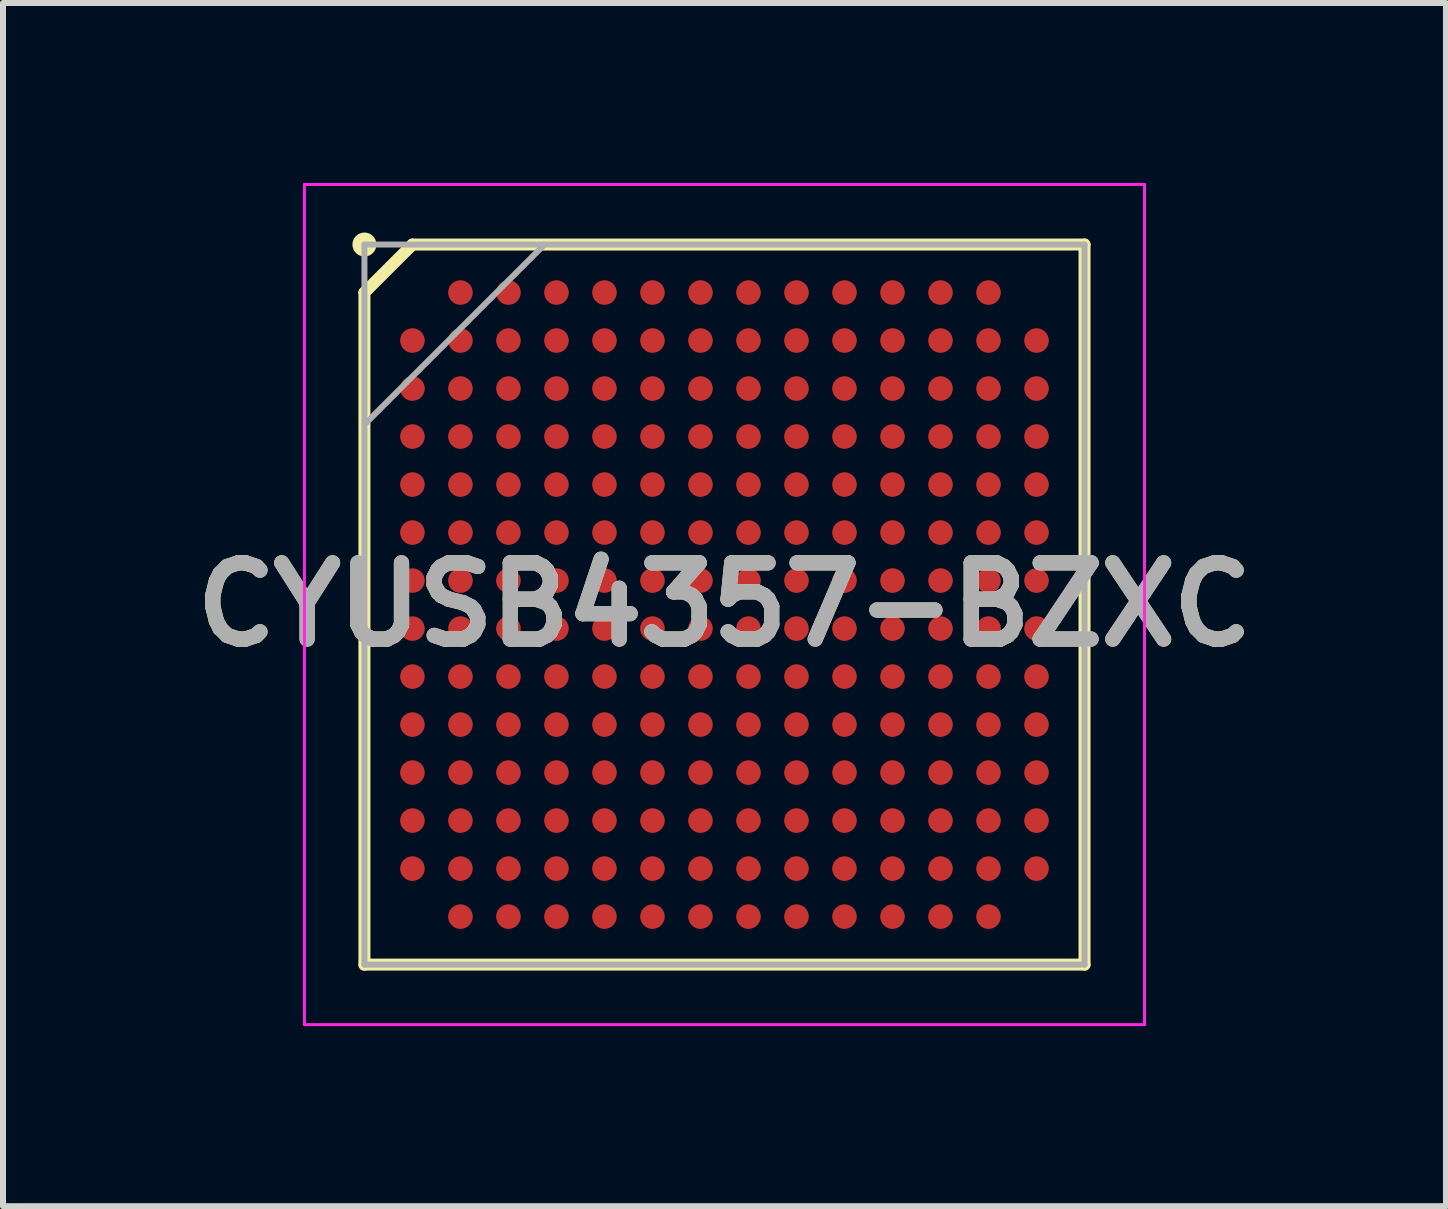
<source format=kicad_pcb>
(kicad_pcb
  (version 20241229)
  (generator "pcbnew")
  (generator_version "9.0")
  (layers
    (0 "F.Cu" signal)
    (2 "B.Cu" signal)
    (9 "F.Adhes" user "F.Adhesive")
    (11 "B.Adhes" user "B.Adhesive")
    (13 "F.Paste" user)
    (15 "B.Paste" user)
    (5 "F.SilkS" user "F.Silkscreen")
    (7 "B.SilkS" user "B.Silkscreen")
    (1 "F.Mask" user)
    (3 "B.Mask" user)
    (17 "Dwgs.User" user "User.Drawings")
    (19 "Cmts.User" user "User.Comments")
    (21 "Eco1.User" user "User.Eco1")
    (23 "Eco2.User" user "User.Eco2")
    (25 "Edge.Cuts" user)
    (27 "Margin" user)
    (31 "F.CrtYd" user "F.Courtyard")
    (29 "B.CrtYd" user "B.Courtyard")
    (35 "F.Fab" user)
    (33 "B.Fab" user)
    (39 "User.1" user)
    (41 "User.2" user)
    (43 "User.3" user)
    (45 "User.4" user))
  (footprint "CYUSB4357-BZXC"
    (layer "F.Cu")
    (at 9.023 7.025)
    (property "Reference" "CYUSB4357-BZXC" (at 0 0 0) (layer "F.SilkS") (effects (font (size 1.27 1.27) (thickness 0.254))))
    (attr smd)
    (fp_line (start -6 -5.2) (end -5.2 -6) (stroke (width 0.2) (type solid)) (layer "F.SilkS"))
    (fp_line (start -6 6) (end -6 -5.2) (stroke (width 0.2) (type solid)) (layer "F.SilkS"))
    (fp_line (start -5.2 -6) (end 6 -6) (stroke (width 0.2) (type solid)) (layer "F.SilkS"))
    (fp_line (start 6 -6) (end 6 6) (stroke (width 0.2) (type solid)) (layer "F.SilkS"))
    (fp_line (start 6 6) (end -6 6) (stroke (width 0.2) (type solid)) (layer "F.SilkS"))
    (fp_circle (center -6 -6) (end -6 -5.9) (stroke (width 0.2) (type solid)) (fill no) (layer "F.SilkS"))
    (fp_line (start -7 -7) (end 7 -7) (stroke (width 0.05) (type solid)) (layer "F.CrtYd"))
    (fp_line (start -7 7) (end -7 -7) (stroke (width 0.05) (type solid)) (layer "F.CrtYd"))
    (fp_line (start 7 -7) (end 7 7) (stroke (width 0.05) (type solid)) (layer "F.CrtYd"))
    (fp_line (start 7 7) (end -7 7) (stroke (width 0.05) (type solid)) (layer "F.CrtYd"))
    (fp_line (start -6 -6) (end 6 -6) (stroke (width 0.1) (type solid)) (layer "F.Fab"))
    (fp_line (start -6 -3) (end -3 -6) (stroke (width 0.1) (type solid)) (layer "F.Fab"))
    (fp_line (start -6 6) (end -6 -6) (stroke (width 0.1) (type solid)) (layer "F.Fab"))
    (fp_line (start 6 -6) (end 6 6) (stroke (width 0.1) (type solid)) (layer "F.Fab"))
    (fp_line (start 6 6) (end -6 6) (stroke (width 0.1) (type solid)) (layer "F.Fab"))
    (fp_text user "${REFERENCE}" (at 0 0 0) (layer "F.Fab") (effects (font (size 1.27 1.27) (thickness 0.254))))
    (pad "A2" smd circle (at -4.4 -5.2 90) (size 0.41 0.41) (layers "F.Cu" "F.Mask" "F.Paste"))
    (pad "A3" smd circle (at -3.6 -5.2 90) (size 0.41 0.41) (layers "F.Cu" "F.Mask" "F.Paste"))
    (pad "A4" smd circle (at -2.8 -5.2 90) (size 0.41 0.41) (layers "F.Cu" "F.Mask" "F.Paste"))
    (pad "A5" smd circle (at -2 -5.2 90) (size 0.41 0.41) (layers "F.Cu" "F.Mask" "F.Paste"))
    (pad "A6" smd circle (at -1.2 -5.2 90) (size 0.41 0.41) (layers "F.Cu" "F.Mask" "F.Paste"))
    (pad "A7" smd circle (at -0.4 -5.2 90) (size 0.41 0.41) (layers "F.Cu" "F.Mask" "F.Paste"))
    (pad "A8" smd circle (at 0.4 -5.2 90) (size 0.41 0.41) (layers "F.Cu" "F.Mask" "F.Paste"))
    (pad "A9" smd circle (at 1.2 -5.2 90) (size 0.41 0.41) (layers "F.Cu" "F.Mask" "F.Paste"))
    (pad "A10" smd circle (at 2 -5.2 90) (size 0.41 0.41) (layers "F.Cu" "F.Mask" "F.Paste"))
    (pad "A11" smd circle (at 2.8 -5.2 90) (size 0.41 0.41) (layers "F.Cu" "F.Mask" "F.Paste"))
    (pad "A12" smd circle (at 3.6 -5.2 90) (size 0.41 0.41) (layers "F.Cu" "F.Mask" "F.Paste"))
    (pad "A13" smd circle (at 4.4 -5.2 90) (size 0.41 0.41) (layers "F.Cu" "F.Mask" "F.Paste"))
    (pad "B1" smd circle (at -5.2 -4.4 90) (size 0.41 0.41) (layers "F.Cu" "F.Mask" "F.Paste"))
    (pad "B2" smd circle (at -4.4 -4.4 90) (size 0.41 0.41) (layers "F.Cu" "F.Mask" "F.Paste"))
    (pad "B3" smd circle (at -3.6 -4.4 90) (size 0.41 0.41) (layers "F.Cu" "F.Mask" "F.Paste"))
    (pad "B4" smd circle (at -2.8 -4.4 90) (size 0.41 0.41) (layers "F.Cu" "F.Mask" "F.Paste"))
    (pad "B5" smd circle (at -2 -4.4 90) (size 0.41 0.41) (layers "F.Cu" "F.Mask" "F.Paste"))
    (pad "B6" smd circle (at -1.2 -4.4 90) (size 0.41 0.41) (layers "F.Cu" "F.Mask" "F.Paste"))
    (pad "B7" smd circle (at -0.4 -4.4 90) (size 0.41 0.41) (layers "F.Cu" "F.Mask" "F.Paste"))
    (pad "B8" smd circle (at 0.4 -4.4 90) (size 0.41 0.41) (layers "F.Cu" "F.Mask" "F.Paste"))
    (pad "B9" smd circle (at 1.2 -4.4 90) (size 0.41 0.41) (layers "F.Cu" "F.Mask" "F.Paste"))
    (pad "B10" smd circle (at 2 -4.4 90) (size 0.41 0.41) (layers "F.Cu" "F.Mask" "F.Paste"))
    (pad "B11" smd circle (at 2.8 -4.4 90) (size 0.41 0.41) (layers "F.Cu" "F.Mask" "F.Paste"))
    (pad "B12" smd circle (at 3.6 -4.4 90) (size 0.41 0.41) (layers "F.Cu" "F.Mask" "F.Paste"))
    (pad "B13" smd circle (at 4.4 -4.4 90) (size 0.41 0.41) (layers "F.Cu" "F.Mask" "F.Paste"))
    (pad "B14" smd circle (at 5.2 -4.4 90) (size 0.41 0.41) (layers "F.Cu" "F.Mask" "F.Paste"))
    (pad "C1" smd circle (at -5.2 -3.6 90) (size 0.41 0.41) (layers "F.Cu" "F.Mask" "F.Paste"))
    (pad "C2" smd circle (at -4.4 -3.6 90) (size 0.41 0.41) (layers "F.Cu" "F.Mask" "F.Paste"))
    (pad "C3" smd circle (at -3.6 -3.6 90) (size 0.41 0.41) (layers "F.Cu" "F.Mask" "F.Paste"))
    (pad "C4" smd circle (at -2.8 -3.6 90) (size 0.41 0.41) (layers "F.Cu" "F.Mask" "F.Paste"))
    (pad "C5" smd circle (at -2 -3.6 90) (size 0.41 0.41) (layers "F.Cu" "F.Mask" "F.Paste"))
    (pad "C6" smd circle (at -1.2 -3.6 90) (size 0.41 0.41) (layers "F.Cu" "F.Mask" "F.Paste"))
    (pad "C7" smd circle (at -0.4 -3.6 90) (size 0.41 0.41) (layers "F.Cu" "F.Mask" "F.Paste"))
    (pad "C8" smd circle (at 0.4 -3.6 90) (size 0.41 0.41) (layers "F.Cu" "F.Mask" "F.Paste"))
    (pad "C9" smd circle (at 1.2 -3.6 90) (size 0.41 0.41) (layers "F.Cu" "F.Mask" "F.Paste"))
    (pad "C10" smd circle (at 2 -3.6 90) (size 0.41 0.41) (layers "F.Cu" "F.Mask" "F.Paste"))
    (pad "C11" smd circle (at 2.8 -3.6 90) (size 0.41 0.41) (layers "F.Cu" "F.Mask" "F.Paste"))
    (pad "C12" smd circle (at 3.6 -3.6 90) (size 0.41 0.41) (layers "F.Cu" "F.Mask" "F.Paste"))
    (pad "C13" smd circle (at 4.4 -3.6 90) (size 0.41 0.41) (layers "F.Cu" "F.Mask" "F.Paste"))
    (pad "C14" smd circle (at 5.2 -3.6 90) (size 0.41 0.41) (layers "F.Cu" "F.Mask" "F.Paste"))
    (pad "D1" smd circle (at -5.2 -2.8 90) (size 0.41 0.41) (layers "F.Cu" "F.Mask" "F.Paste"))
    (pad "D2" smd circle (at -4.4 -2.8 90) (size 0.41 0.41) (layers "F.Cu" "F.Mask" "F.Paste"))
    (pad "D3" smd circle (at -3.6 -2.8 90) (size 0.41 0.41) (layers "F.Cu" "F.Mask" "F.Paste"))
    (pad "D4" smd circle (at -2.8 -2.8 90) (size 0.41 0.41) (layers "F.Cu" "F.Mask" "F.Paste"))
    (pad "D5" smd circle (at -2 -2.8 90) (size 0.41 0.41) (layers "F.Cu" "F.Mask" "F.Paste"))
    (pad "D6" smd circle (at -1.2 -2.8 90) (size 0.41 0.41) (layers "F.Cu" "F.Mask" "F.Paste"))
    (pad "D7" smd circle (at -0.4 -2.8 90) (size 0.41 0.41) (layers "F.Cu" "F.Mask" "F.Paste"))
    (pad "D8" smd circle (at 0.4 -2.8 90) (size 0.41 0.41) (layers "F.Cu" "F.Mask" "F.Paste"))
    (pad "D9" smd circle (at 1.2 -2.8 90) (size 0.41 0.41) (layers "F.Cu" "F.Mask" "F.Paste"))
    (pad "D10" smd circle (at 2 -2.8 90) (size 0.41 0.41) (layers "F.Cu" "F.Mask" "F.Paste"))
    (pad "D11" smd circle (at 2.8 -2.8 90) (size 0.41 0.41) (layers "F.Cu" "F.Mask" "F.Paste"))
    (pad "D12" smd circle (at 3.6 -2.8 90) (size 0.41 0.41) (layers "F.Cu" "F.Mask" "F.Paste"))
    (pad "D13" smd circle (at 4.4 -2.8 90) (size 0.41 0.41) (layers "F.Cu" "F.Mask" "F.Paste"))
    (pad "D14" smd circle (at 5.2 -2.8 90) (size 0.41 0.41) (layers "F.Cu" "F.Mask" "F.Paste"))
    (pad "E1" smd circle (at -5.2 -2 90) (size 0.41 0.41) (layers "F.Cu" "F.Mask" "F.Paste"))
    (pad "E2" smd circle (at -4.4 -2 90) (size 0.41 0.41) (layers "F.Cu" "F.Mask" "F.Paste"))
    (pad "E3" smd circle (at -3.6 -2 90) (size 0.41 0.41) (layers "F.Cu" "F.Mask" "F.Paste"))
    (pad "E4" smd circle (at -2.8 -2 90) (size 0.41 0.41) (layers "F.Cu" "F.Mask" "F.Paste"))
    (pad "E5" smd circle (at -2 -2 90) (size 0.41 0.41) (layers "F.Cu" "F.Mask" "F.Paste"))
    (pad "E6" smd circle (at -1.2 -2 90) (size 0.41 0.41) (layers "F.Cu" "F.Mask" "F.Paste"))
    (pad "E7" smd circle (at -0.4 -2 90) (size 0.41 0.41) (layers "F.Cu" "F.Mask" "F.Paste"))
    (pad "E8" smd circle (at 0.4 -2 90) (size 0.41 0.41) (layers "F.Cu" "F.Mask" "F.Paste"))
    (pad "E9" smd circle (at 1.2 -2 90) (size 0.41 0.41) (layers "F.Cu" "F.Mask" "F.Paste"))
    (pad "E10" smd circle (at 2 -2 90) (size 0.41 0.41) (layers "F.Cu" "F.Mask" "F.Paste"))
    (pad "E11" smd circle (at 2.8 -2 90) (size 0.41 0.41) (layers "F.Cu" "F.Mask" "F.Paste"))
    (pad "E12" smd circle (at 3.6 -2 90) (size 0.41 0.41) (layers "F.Cu" "F.Mask" "F.Paste"))
    (pad "E13" smd circle (at 4.4 -2 90) (size 0.41 0.41) (layers "F.Cu" "F.Mask" "F.Paste"))
    (pad "E14" smd circle (at 5.2 -2 90) (size 0.41 0.41) (layers "F.Cu" "F.Mask" "F.Paste"))
    (pad "F1" smd circle (at -5.2 -1.2 90) (size 0.41 0.41) (layers "F.Cu" "F.Mask" "F.Paste"))
    (pad "F2" smd circle (at -4.4 -1.2 90) (size 0.41 0.41) (layers "F.Cu" "F.Mask" "F.Paste"))
    (pad "F3" smd circle (at -3.6 -1.2 90) (size 0.41 0.41) (layers "F.Cu" "F.Mask" "F.Paste"))
    (pad "F4" smd circle (at -2.8 -1.2 90) (size 0.41 0.41) (layers "F.Cu" "F.Mask" "F.Paste"))
    (pad "F5" smd circle (at -2 -1.2 90) (size 0.41 0.41) (layers "F.Cu" "F.Mask" "F.Paste"))
    (pad "F6" smd circle (at -1.2 -1.2 90) (size 0.41 0.41) (layers "F.Cu" "F.Mask" "F.Paste"))
    (pad "F7" smd circle (at -0.4 -1.2 90) (size 0.41 0.41) (layers "F.Cu" "F.Mask" "F.Paste"))
    (pad "F8" smd circle (at 0.4 -1.2 90) (size 0.41 0.41) (layers "F.Cu" "F.Mask" "F.Paste"))
    (pad "F9" smd circle (at 1.2 -1.2 90) (size 0.41 0.41) (layers "F.Cu" "F.Mask" "F.Paste"))
    (pad "F10" smd circle (at 2 -1.2 90) (size 0.41 0.41) (layers "F.Cu" "F.Mask" "F.Paste"))
    (pad "F11" smd circle (at 2.8 -1.2 90) (size 0.41 0.41) (layers "F.Cu" "F.Mask" "F.Paste"))
    (pad "F12" smd circle (at 3.6 -1.2 90) (size 0.41 0.41) (layers "F.Cu" "F.Mask" "F.Paste"))
    (pad "F13" smd circle (at 4.4 -1.2 90) (size 0.41 0.41) (layers "F.Cu" "F.Mask" "F.Paste"))
    (pad "F14" smd circle (at 5.2 -1.2 90) (size 0.41 0.41) (layers "F.Cu" "F.Mask" "F.Paste"))
    (pad "G1" smd circle (at -5.2 -0.4 90) (size 0.41 0.41) (layers "F.Cu" "F.Mask" "F.Paste"))
    (pad "G2" smd circle (at -4.4 -0.4 90) (size 0.41 0.41) (layers "F.Cu" "F.Mask" "F.Paste"))
    (pad "G3" smd circle (at -3.6 -0.4 90) (size 0.41 0.41) (layers "F.Cu" "F.Mask" "F.Paste"))
    (pad "G4" smd circle (at -2.8 -0.4 90) (size 0.41 0.41) (layers "F.Cu" "F.Mask" "F.Paste"))
    (pad "G5" smd circle (at -2 -0.4 90) (size 0.41 0.41) (layers "F.Cu" "F.Mask" "F.Paste"))
    (pad "G6" smd circle (at -1.2 -0.4 90) (size 0.41 0.41) (layers "F.Cu" "F.Mask" "F.Paste"))
    (pad "G7" smd circle (at -0.4 -0.4 90) (size 0.41 0.41) (layers "F.Cu" "F.Mask" "F.Paste"))
    (pad "G8" smd circle (at 0.4 -0.4 90) (size 0.41 0.41) (layers "F.Cu" "F.Mask" "F.Paste"))
    (pad "G9" smd circle (at 1.2 -0.4 90) (size 0.41 0.41) (layers "F.Cu" "F.Mask" "F.Paste"))
    (pad "G10" smd circle (at 2 -0.4 90) (size 0.41 0.41) (layers "F.Cu" "F.Mask" "F.Paste"))
    (pad "G11" smd circle (at 2.8 -0.4 90) (size 0.41 0.41) (layers "F.Cu" "F.Mask" "F.Paste"))
    (pad "G12" smd circle (at 3.6 -0.4 90) (size 0.41 0.41) (layers "F.Cu" "F.Mask" "F.Paste"))
    (pad "G13" smd circle (at 4.4 -0.4 90) (size 0.41 0.41) (layers "F.Cu" "F.Mask" "F.Paste"))
    (pad "G14" smd circle (at 5.2 -0.4 90) (size 0.41 0.41) (layers "F.Cu" "F.Mask" "F.Paste"))
    (pad "H1" smd circle (at -5.2 0.4 90) (size 0.41 0.41) (layers "F.Cu" "F.Mask" "F.Paste"))
    (pad "H2" smd circle (at -4.4 0.4 90) (size 0.41 0.41) (layers "F.Cu" "F.Mask" "F.Paste"))
    (pad "H3" smd circle (at -3.6 0.4 90) (size 0.41 0.41) (layers "F.Cu" "F.Mask" "F.Paste"))
    (pad "H4" smd circle (at -2.8 0.4 90) (size 0.41 0.41) (layers "F.Cu" "F.Mask" "F.Paste"))
    (pad "H5" smd circle (at -2 0.4 90) (size 0.41 0.41) (layers "F.Cu" "F.Mask" "F.Paste"))
    (pad "H6" smd circle (at -1.2 0.4 90) (size 0.41 0.41) (layers "F.Cu" "F.Mask" "F.Paste"))
    (pad "H7" smd circle (at -0.4 0.4 90) (size 0.41 0.41) (layers "F.Cu" "F.Mask" "F.Paste"))
    (pad "H8" smd circle (at 0.4 0.4 90) (size 0.41 0.41) (layers "F.Cu" "F.Mask" "F.Paste"))
    (pad "H9" smd circle (at 1.2 0.4 90) (size 0.41 0.41) (layers "F.Cu" "F.Mask" "F.Paste"))
    (pad "H10" smd circle (at 2 0.4 90) (size 0.41 0.41) (layers "F.Cu" "F.Mask" "F.Paste"))
    (pad "H11" smd circle (at 2.8 0.4 90) (size 0.41 0.41) (layers "F.Cu" "F.Mask" "F.Paste"))
    (pad "H12" smd circle (at 3.6 0.4 90) (size 0.41 0.41) (layers "F.Cu" "F.Mask" "F.Paste"))
    (pad "H13" smd circle (at 4.4 0.4 90) (size 0.41 0.41) (layers "F.Cu" "F.Mask" "F.Paste"))
    (pad "H14" smd circle (at 5.2 0.4 90) (size 0.41 0.41) (layers "F.Cu" "F.Mask" "F.Paste"))
    (pad "J1" smd circle (at -5.2 1.2 90) (size 0.41 0.41) (layers "F.Cu" "F.Mask" "F.Paste"))
    (pad "J2" smd circle (at -4.4 1.2 90) (size 0.41 0.41) (layers "F.Cu" "F.Mask" "F.Paste"))
    (pad "J3" smd circle (at -3.6 1.2 90) (size 0.41 0.41) (layers "F.Cu" "F.Mask" "F.Paste"))
    (pad "J4" smd circle (at -2.8 1.2 90) (size 0.41 0.41) (layers "F.Cu" "F.Mask" "F.Paste"))
    (pad "J5" smd circle (at -2 1.2 90) (size 0.41 0.41) (layers "F.Cu" "F.Mask" "F.Paste"))
    (pad "J6" smd circle (at -1.2 1.2 90) (size 0.41 0.41) (layers "F.Cu" "F.Mask" "F.Paste"))
    (pad "J7" smd circle (at -0.4 1.2 90) (size 0.41 0.41) (layers "F.Cu" "F.Mask" "F.Paste"))
    (pad "J8" smd circle (at 0.4 1.2 90) (size 0.41 0.41) (layers "F.Cu" "F.Mask" "F.Paste"))
    (pad "J9" smd circle (at 1.2 1.2 90) (size 0.41 0.41) (layers "F.Cu" "F.Mask" "F.Paste"))
    (pad "J10" smd circle (at 2 1.2 90) (size 0.41 0.41) (layers "F.Cu" "F.Mask" "F.Paste"))
    (pad "J11" smd circle (at 2.8 1.2 90) (size 0.41 0.41) (layers "F.Cu" "F.Mask" "F.Paste"))
    (pad "J12" smd circle (at 3.6 1.2 90) (size 0.41 0.41) (layers "F.Cu" "F.Mask" "F.Paste"))
    (pad "J13" smd circle (at 4.4 1.2 90) (size 0.41 0.41) (layers "F.Cu" "F.Mask" "F.Paste"))
    (pad "J14" smd circle (at 5.2 1.2 90) (size 0.41 0.41) (layers "F.Cu" "F.Mask" "F.Paste"))
    (pad "K1" smd circle (at -5.2 2 90) (size 0.41 0.41) (layers "F.Cu" "F.Mask" "F.Paste"))
    (pad "K2" smd circle (at -4.4 2 90) (size 0.41 0.41) (layers "F.Cu" "F.Mask" "F.Paste"))
    (pad "K3" smd circle (at -3.6 2 90) (size 0.41 0.41) (layers "F.Cu" "F.Mask" "F.Paste"))
    (pad "K4" smd circle (at -2.8 2 90) (size 0.41 0.41) (layers "F.Cu" "F.Mask" "F.Paste"))
    (pad "K5" smd circle (at -2 2 90) (size 0.41 0.41) (layers "F.Cu" "F.Mask" "F.Paste"))
    (pad "K6" smd circle (at -1.2 2 90) (size 0.41 0.41) (layers "F.Cu" "F.Mask" "F.Paste"))
    (pad "K7" smd circle (at -0.4 2 90) (size 0.41 0.41) (layers "F.Cu" "F.Mask" "F.Paste"))
    (pad "K8" smd circle (at 0.4 2 90) (size 0.41 0.41) (layers "F.Cu" "F.Mask" "F.Paste"))
    (pad "K9" smd circle (at 1.2 2 90) (size 0.41 0.41) (layers "F.Cu" "F.Mask" "F.Paste"))
    (pad "K10" smd circle (at 2 2 90) (size 0.41 0.41) (layers "F.Cu" "F.Mask" "F.Paste"))
    (pad "K11" smd circle (at 2.8 2 90) (size 0.41 0.41) (layers "F.Cu" "F.Mask" "F.Paste"))
    (pad "K12" smd circle (at 3.6 2 90) (size 0.41 0.41) (layers "F.Cu" "F.Mask" "F.Paste"))
    (pad "K13" smd circle (at 4.4 2 90) (size 0.41 0.41) (layers "F.Cu" "F.Mask" "F.Paste"))
    (pad "K14" smd circle (at 5.2 2 90) (size 0.41 0.41) (layers "F.Cu" "F.Mask" "F.Paste"))
    (pad "L1" smd circle (at -5.2 2.8 90) (size 0.41 0.41) (layers "F.Cu" "F.Mask" "F.Paste"))
    (pad "L2" smd circle (at -4.4 2.8 90) (size 0.41 0.41) (layers "F.Cu" "F.Mask" "F.Paste"))
    (pad "L3" smd circle (at -3.6 2.8 90) (size 0.41 0.41) (layers "F.Cu" "F.Mask" "F.Paste"))
    (pad "L4" smd circle (at -2.8 2.8 90) (size 0.41 0.41) (layers "F.Cu" "F.Mask" "F.Paste"))
    (pad "L5" smd circle (at -2 2.8 90) (size 0.41 0.41) (layers "F.Cu" "F.Mask" "F.Paste"))
    (pad "L6" smd circle (at -1.2 2.8 90) (size 0.41 0.41) (layers "F.Cu" "F.Mask" "F.Paste"))
    (pad "L7" smd circle (at -0.4 2.8 90) (size 0.41 0.41) (layers "F.Cu" "F.Mask" "F.Paste"))
    (pad "L8" smd circle (at 0.4 2.8 90) (size 0.41 0.41) (layers "F.Cu" "F.Mask" "F.Paste"))
    (pad "L9" smd circle (at 1.2 2.8 90) (size 0.41 0.41) (layers "F.Cu" "F.Mask" "F.Paste"))
    (pad "L10" smd circle (at 2 2.8 90) (size 0.41 0.41) (layers "F.Cu" "F.Mask" "F.Paste"))
    (pad "L11" smd circle (at 2.8 2.8 90) (size 0.41 0.41) (layers "F.Cu" "F.Mask" "F.Paste"))
    (pad "L12" smd circle (at 3.6 2.8 90) (size 0.41 0.41) (layers "F.Cu" "F.Mask" "F.Paste"))
    (pad "L13" smd circle (at 4.4 2.8 90) (size 0.41 0.41) (layers "F.Cu" "F.Mask" "F.Paste"))
    (pad "L14" smd circle (at 5.2 2.8 90) (size 0.41 0.41) (layers "F.Cu" "F.Mask" "F.Paste"))
    (pad "M1" smd circle (at -5.2 3.6 90) (size 0.41 0.41) (layers "F.Cu" "F.Mask" "F.Paste"))
    (pad "M2" smd circle (at -4.4 3.6 90) (size 0.41 0.41) (layers "F.Cu" "F.Mask" "F.Paste"))
    (pad "M3" smd circle (at -3.6 3.6 90) (size 0.41 0.41) (layers "F.Cu" "F.Mask" "F.Paste"))
    (pad "M4" smd circle (at -2.8 3.6 90) (size 0.41 0.41) (layers "F.Cu" "F.Mask" "F.Paste"))
    (pad "M5" smd circle (at -2 3.6 90) (size 0.41 0.41) (layers "F.Cu" "F.Mask" "F.Paste"))
    (pad "M6" smd circle (at -1.2 3.6 90) (size 0.41 0.41) (layers "F.Cu" "F.Mask" "F.Paste"))
    (pad "M7" smd circle (at -0.4 3.6 90) (size 0.41 0.41) (layers "F.Cu" "F.Mask" "F.Paste"))
    (pad "M8" smd circle (at 0.4 3.6 90) (size 0.41 0.41) (layers "F.Cu" "F.Mask" "F.Paste"))
    (pad "M9" smd circle (at 1.2 3.6 90) (size 0.41 0.41) (layers "F.Cu" "F.Mask" "F.Paste"))
    (pad "M10" smd circle (at 2 3.6 90) (size 0.41 0.41) (layers "F.Cu" "F.Mask" "F.Paste"))
    (pad "M11" smd circle (at 2.8 3.6 90) (size 0.41 0.41) (layers "F.Cu" "F.Mask" "F.Paste"))
    (pad "M12" smd circle (at 3.6 3.6 90) (size 0.41 0.41) (layers "F.Cu" "F.Mask" "F.Paste"))
    (pad "M13" smd circle (at 4.4 3.6 90) (size 0.41 0.41) (layers "F.Cu" "F.Mask" "F.Paste"))
    (pad "M14" smd circle (at 5.2 3.6 90) (size 0.41 0.41) (layers "F.Cu" "F.Mask" "F.Paste"))
    (pad "N1" smd circle (at -5.2 4.4 90) (size 0.41 0.41) (layers "F.Cu" "F.Mask" "F.Paste"))
    (pad "N2" smd circle (at -4.4 4.4 90) (size 0.41 0.41) (layers "F.Cu" "F.Mask" "F.Paste"))
    (pad "N3" smd circle (at -3.6 4.4 90) (size 0.41 0.41) (layers "F.Cu" "F.Mask" "F.Paste"))
    (pad "N4" smd circle (at -2.8 4.4 90) (size 0.41 0.41) (layers "F.Cu" "F.Mask" "F.Paste"))
    (pad "N5" smd circle (at -2 4.4 90) (size 0.41 0.41) (layers "F.Cu" "F.Mask" "F.Paste"))
    (pad "N6" smd circle (at -1.2 4.4 90) (size 0.41 0.41) (layers "F.Cu" "F.Mask" "F.Paste"))
    (pad "N7" smd circle (at -0.4 4.4 90) (size 0.41 0.41) (layers "F.Cu" "F.Mask" "F.Paste"))
    (pad "N8" smd circle (at 0.4 4.4 90) (size 0.41 0.41) (layers "F.Cu" "F.Mask" "F.Paste"))
    (pad "N9" smd circle (at 1.2 4.4 90) (size 0.41 0.41) (layers "F.Cu" "F.Mask" "F.Paste"))
    (pad "N10" smd circle (at 2 4.4 90) (size 0.41 0.41) (layers "F.Cu" "F.Mask" "F.Paste"))
    (pad "N11" smd circle (at 2.8 4.4 90) (size 0.41 0.41) (layers "F.Cu" "F.Mask" "F.Paste"))
    (pad "N12" smd circle (at 3.6 4.4 90) (size 0.41 0.41) (layers "F.Cu" "F.Mask" "F.Paste"))
    (pad "N13" smd circle (at 4.4 4.4 90) (size 0.41 0.41) (layers "F.Cu" "F.Mask" "F.Paste"))
    (pad "N14" smd circle (at 5.2 4.4 90) (size 0.41 0.41) (layers "F.Cu" "F.Mask" "F.Paste"))
    (pad "P2" smd circle (at -4.4 5.2 90) (size 0.41 0.41) (layers "F.Cu" "F.Mask" "F.Paste"))
    (pad "P3" smd circle (at -3.6 5.2 90) (size 0.41 0.41) (layers "F.Cu" "F.Mask" "F.Paste"))
    (pad "P4" smd circle (at -2.8 5.2 90) (size 0.41 0.41) (layers "F.Cu" "F.Mask" "F.Paste"))
    (pad "P5" smd circle (at -2 5.2 90) (size 0.41 0.41) (layers "F.Cu" "F.Mask" "F.Paste"))
    (pad "P6" smd circle (at -1.2 5.2 90) (size 0.41 0.41) (layers "F.Cu" "F.Mask" "F.Paste"))
    (pad "P7" smd circle (at -0.4 5.2 90) (size 0.41 0.41) (layers "F.Cu" "F.Mask" "F.Paste"))
    (pad "P8" smd circle (at 0.4 5.2 90) (size 0.41 0.41) (layers "F.Cu" "F.Mask" "F.Paste"))
    (pad "P9" smd circle (at 1.2 5.2 90) (size 0.41 0.41) (layers "F.Cu" "F.Mask" "F.Paste"))
    (pad "P10" smd circle (at 2 5.2 90) (size 0.41 0.41) (layers "F.Cu" "F.Mask" "F.Paste"))
    (pad "P11" smd circle (at 2.8 5.2 90) (size 0.41 0.41) (layers "F.Cu" "F.Mask" "F.Paste"))
    (pad "P12" smd circle (at 3.6 5.2 90) (size 0.41 0.41) (layers "F.Cu" "F.Mask" "F.Paste"))
    (pad "P13" smd circle (at 4.4 5.2 90) (size 0.41 0.41) (layers "F.Cu" "F.Mask" "F.Paste")))
  (gr_rect
    (start -3 -3)
    (end 21.046 17.05)
    (stroke (width 0.1) (type default))
    (fill no)
    (layer "Edge.Cuts")))
</source>
